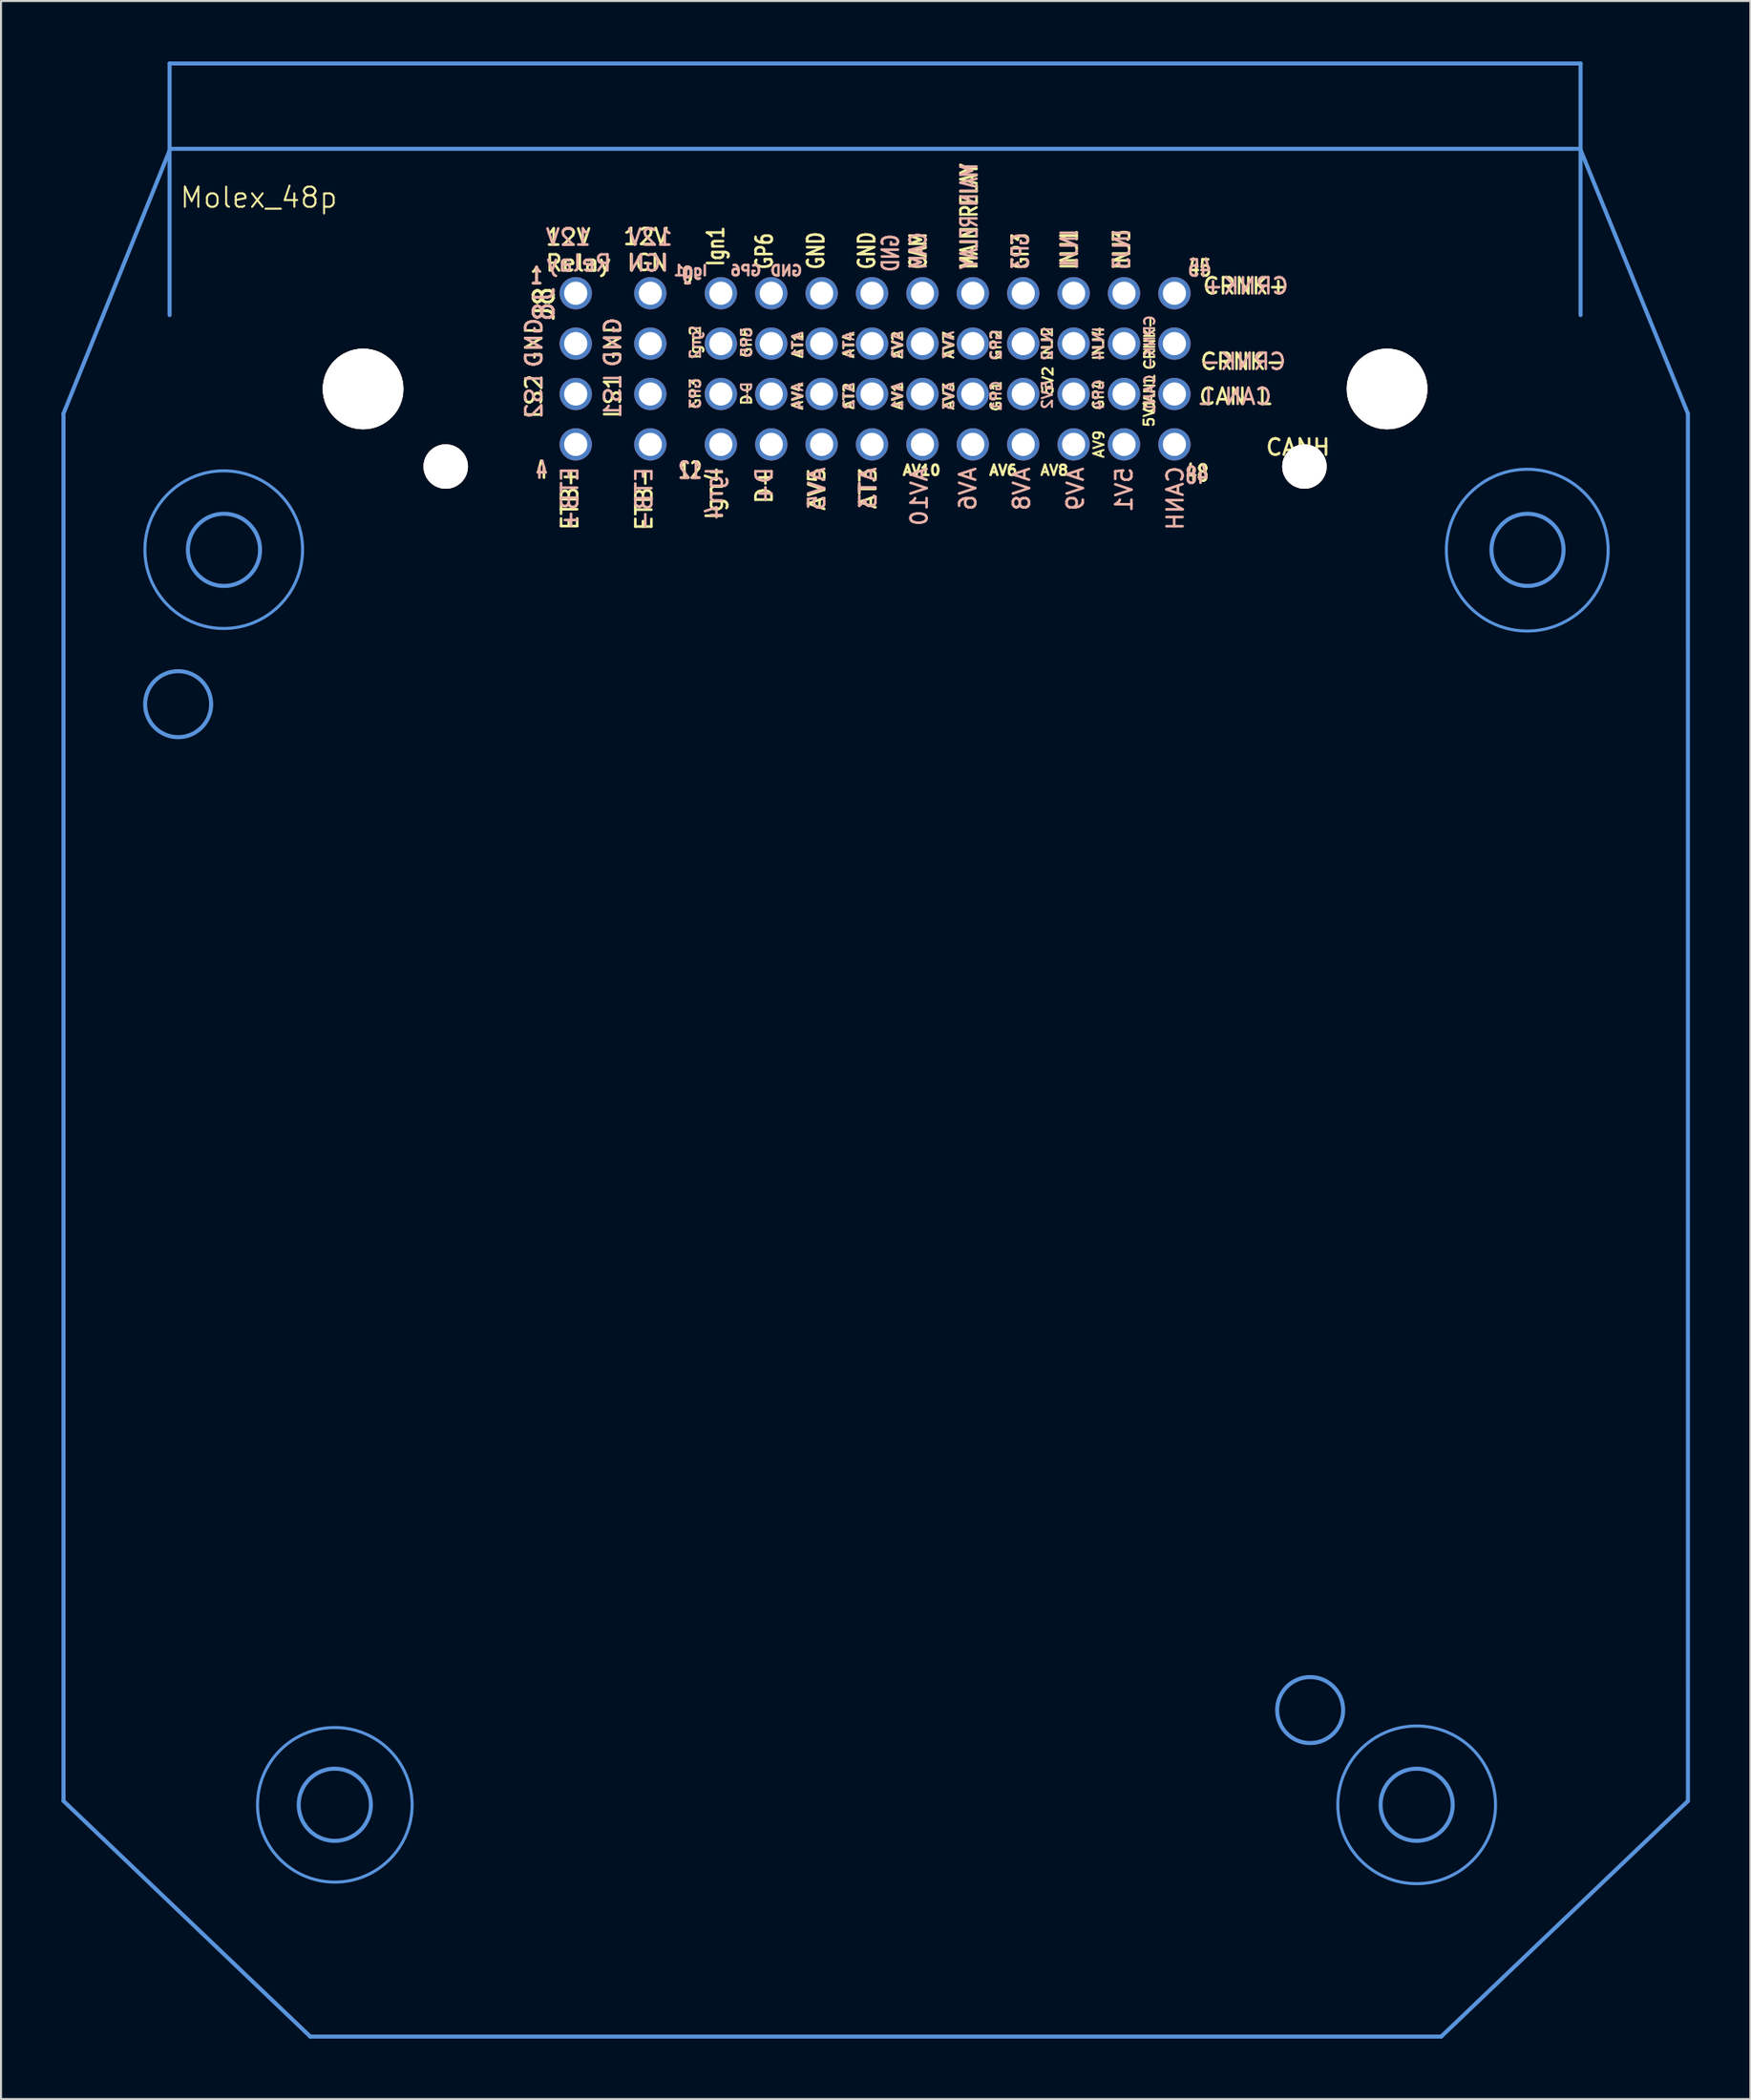
<source format=kicad_pcb>
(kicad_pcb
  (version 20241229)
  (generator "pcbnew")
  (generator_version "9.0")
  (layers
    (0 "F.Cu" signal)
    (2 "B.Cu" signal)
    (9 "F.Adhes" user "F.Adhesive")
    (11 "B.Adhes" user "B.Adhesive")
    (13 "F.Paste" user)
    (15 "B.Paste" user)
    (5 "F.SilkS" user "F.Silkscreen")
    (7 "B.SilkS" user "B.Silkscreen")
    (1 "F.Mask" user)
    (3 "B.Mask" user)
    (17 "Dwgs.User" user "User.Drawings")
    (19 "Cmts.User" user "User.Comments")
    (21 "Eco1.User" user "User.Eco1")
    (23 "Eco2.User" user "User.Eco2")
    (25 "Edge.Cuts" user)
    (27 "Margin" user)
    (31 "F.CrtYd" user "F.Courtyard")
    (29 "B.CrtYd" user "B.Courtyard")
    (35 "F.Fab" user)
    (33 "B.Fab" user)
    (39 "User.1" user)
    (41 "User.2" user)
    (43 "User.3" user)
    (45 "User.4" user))
  (footprint "Molex_48p"
    (layer "F.Cu")
    (at 43.289 50.753)
    (property "Reference" "Molex_48p" (at -33.5 -44 0) (unlocked yes) (layer "F.SilkS") (effects (font (size 1 1) (thickness 0.1))))
    (attr smd)
    (fp_line (start -43.189 -33.282) (end -43.187 35.56) (stroke (width 0.2) (type solid)) (layer "Cmts.User"))
    (fp_line (start -43.189 -33.282) (end -37.893 -46.421) (stroke (width 0.2) (type solid)) (layer "Cmts.User"))
    (fp_line (start -37.926 -50.653) (end -37.926 -38.17) (stroke (width 0.2) (type solid)) (layer "Cmts.User"))
    (fp_line (start -37.893 -46.421) (end 32.052 -46.421) (stroke (width 0.2) (type solid)) (layer "Cmts.User"))
    (fp_line (start -30.944 47.251) (end -43.187 35.56) (stroke (width 0.2) (type solid)) (layer "Cmts.User"))
    (fp_line (start -30.944 47.251) (end 25.158 47.251) (stroke (width 0.2) (type solid)) (layer "Cmts.User"))
    (fp_line (start 32.052 -46.421) (end 37.399 -33.282) (stroke (width 0.2) (type solid)) (layer "Cmts.User"))
    (fp_line (start 32.074 -50.653) (end -37.926 -50.653) (stroke (width 0.2) (type solid)) (layer "Cmts.User"))
    (fp_line (start 32.074 -50.653) (end 32.074 -38.17) (stroke (width 0.2) (type solid)) (layer "Cmts.User"))
    (fp_line (start 37.399 -33.282) (end 37.401 35.56) (stroke (width 0.2) (type solid)) (layer "Cmts.User"))
    (fp_line (start 37.401 35.56) (end 25.158 47.251) (stroke (width 0.2) (type solid)) (layer "Cmts.User"))
    (fp_circle (center -37.501 -18.862) (end -35.863 -18.862) (stroke (width 0.2) (type solid)) (fill no) (layer "Cmts.User"))
    (fp_circle (center -35.239 -26.53) (end -31.328 -26.53) (stroke (width 0.15) (type solid)) (fill no) (layer "Cmts.User"))
    (fp_circle (center -35.228 -26.52) (end -33.437 -26.52) (stroke (width 0.2) (type solid)) (fill no) (layer "Cmts.User"))
    (fp_circle (center -29.729 35.748) (end -27.938 35.748) (stroke (width 0.2) (type solid)) (fill no) (layer "Cmts.User"))
    (fp_circle (center -29.728 35.751) (end -33.563 35.751) (stroke (width 0.15) (type solid)) (fill no) (layer "Cmts.User"))
    (fp_circle (center 18.659 31.049) (end 20.297 31.049) (stroke (width 0.2) (type solid)) (fill no) (layer "Cmts.User"))
    (fp_circle (center 23.942 35.748) (end 25.732 35.748) (stroke (width 0.2) (type solid)) (fill no) (layer "Cmts.User"))
    (fp_circle (center 23.943 35.751) (end 20.031 35.751) (stroke (width 0.15) (type solid)) (fill no) (layer "Cmts.User"))
    (fp_circle (center 29.429 -26.505) (end 33.442 -26.505) (stroke (width 0.15) (type solid)) (fill no) (layer "Cmts.User"))
    (fp_circle (center 29.441 -26.52) (end 31.231 -26.52) (stroke (width 0.2) (type solid)) (fill no) (layer "Cmts.User"))
    (fp_text user "GP2" (at 3.076 -36.69 90) (layer "F.SilkS") (effects (font (size 0.508 0.508) (thickness 0.102))))
    (fp_text user "AV9" (at 8.176 -32.506 90) (layer "F.SilkS") (effects (font (size 0.508 0.508) (thickness 0.1)) (justify right)))
    (fp_text user "CRNK-" (at 15.332 -35.864 0) (layer "F.SilkS") (effects (font (size 0.8 0.8) (thickness 0.13))))
    (fp_text user "CAM" (at -0.782 -40.368 90) (layer "F.SilkS") (effects (font (size 0.8 0.6) (thickness 0.13)) (justify left)))
    (fp_text user "AV8" (at 5.211 -30.467 0) (layer "F.SilkS") (effects (font (size 0.508 0.508) (thickness 0.114)) (justify left)))
    (fp_text user "GP4" (at 8.156 -34.214 90) (layer "F.SilkS") (effects (font (size 0.508 0.508) (thickness 0.102))))
    (fp_text user "CRNK+" (at 15.459 -39.611 0) (layer "F.SilkS") (effects (font (size 0.8 0.8) (thickness 0.13))))
    (fp_text user "GND" (at -19.847 -36.795 90) (layer "F.SilkS") (effects (font (size 0.8 0.8) (thickness 0.13))))
    (fp_text user "AV1" (at -1.813 -34.15 90) (layer "F.SilkS") (effects (font (size 0.508 0.508) (thickness 0.102))))
    (fp_text user "AT3" (at -3.273 -30.697 90) (layer "F.SilkS") (effects (font (size 0.8 0.8) (thickness 0.13)) (justify right)))
    (fp_text user "ETB+" (at -18.069 -29.07 90) (layer "F.SilkS") (effects (font (size 0.8 0.8) (thickness 0.13))))
    (fp_text user "AT2" (at -4.226 -34.15 90) (layer "F.SilkS") (effects (font (size 0.508 0.508) (thickness 0.102))))
    (fp_text user "GND" (at -5.862 -40.368 90) (layer "F.SilkS") (effects (font (size 0.8 0.6) (thickness 0.13)) (justify left)))
    (fp_text user "AT1" (at -6.766 -36.69 90) (layer "F.SilkS") (effects (font (size 0.508 0.508) (thickness 0.102))))
    (fp_text user "CRNK-" (at 10.697 -36.804 90) (layer "F.SilkS") (effects (font (size 0.508 0.508) (thickness 0.102))))
    (fp_text user "12V\nRelay" (at -19.339 -41.389 0) (layer "F.SilkS") (effects (font (size 0.8 0.8) (thickness 0.13)) (justify left)))
    (fp_text user "12" (at -12.1 -30.467 0) (layer "F.SilkS") (effects (font (size 0.8 0.6) (thickness 0.13))))
    (fp_text user "5V1" (at 10.669 -32.558 90) (layer "F.SilkS") (effects (font (size 0.508 0.508) (thickness 0.1)) (justify left)))
    (fp_text user "J8" (at -19.35 -38.721 90) (layer "F.SilkS") (effects (font (size 1 1) (thickness 0.15))))
    (fp_text user "45" (at 13.173 -40.5 0) (layer "F.SilkS") (effects (font (size 0.8 0.6) (thickness 0.13))))
    (fp_text user "GP3" (at -11.846 -34.277 90) (layer "F.SilkS") (effects (font (size 0.508 0.508) (thickness 0.102))))
    (fp_text user "4" (at -19.466 -30.467 0) (layer "F.SilkS") (effects (font (size 0.8 0.6) (thickness 0.13))))
    (fp_text user "GP6" (at -8.417 -40.368 90) (layer "F.SilkS") (effects (font (size 0.8 0.6) (thickness 0.13)) (justify left)))
    (fp_text user "GP1" (at 3.076 -34.15 90) (layer "F.SilkS") (effects (font (size 0.508 0.508) (thickness 0.102))))
    (fp_text user "AT4" (at -4.226 -36.69 90) (layer "F.SilkS") (effects (font (size 0.508 0.508) (thickness 0.102))))
    (fp_text user "Ign1" (at -10.83 -40.525 90) (layer "F.SilkS") (effects (font (size 0.8 0.6) (thickness 0.13)) (justify left)))
    (fp_text user "GP3" (at 4.283 -40.368 90) (layer "F.SilkS") (effects (font (size 0.8 0.6) (thickness 0.13)) (justify left)))
    (fp_text user "5V2" (at 5.65 -34.921 90) (layer "F.SilkS") (effects (font (size 0.508 0.508) (thickness 0.102))))
    (fp_text user "LS2" (at -19.847 -34.128 90) (layer "F.SilkS") (effects (font (size 0.8 0.8) (thickness 0.13))))
    (fp_text user "CANL" (at 10.697 -34.264 90) (layer "F.SilkS") (effects (font (size 0.508 0.508) (thickness 0.102))))
    (fp_text user "GND" (at -15.935 -36.817 90) (layer "F.SilkS") (effects (font (size 0.8 0.8) (thickness 0.127))))
    (fp_text user "CANH" (at 16.387 -31.61 0) (layer "F.SilkS") (effects (font (size 0.8 0.8) (thickness 0.13)) (justify left)))
    (fp_text user "AV4" (at -6.766 -34.15 90) (layer "F.SilkS") (effects (font (size 0.508 0.508) (thickness 0.102))))
    (fp_text user "9" (at -12.227 -40.119 0) (layer "F.SilkS") (effects (font (size 0.8 0.6) (thickness 0.13))))
    (fp_text user "GND" (at -3.337 -40.368 90) (layer "F.SilkS") (effects (font (size 0.8 0.6) (thickness 0.13)) (justify left)))
    (fp_text user "12V\nIGN" (at -13.116 -41.414 0) (layer "F.SilkS") (effects (font (size 0.8 0.8) (thickness 0.13)) (justify right)))
    (fp_text user "INJ1" (at 6.711 -40.368 90) (layer "F.SilkS") (effects (font (size 0.8 0.6) (thickness 0.13)) (justify left)))
    (fp_text user "Ign2" (at -11.846 -36.817 90) (layer "F.SilkS") (effects (font (size 0.508 0.508) (thickness 0.102))))
    (fp_text user "GP5" (at -9.306 -36.817 90) (layer "F.SilkS") (effects (font (size 0.508 0.508) (thickness 0.102))))
    (fp_text user "MAIN RELAY" (at 1.743 -40.368 90) (layer "F.SilkS") (effects (font (size 0.8 0.6) (thickness 0.13)) (justify left)))
    (fp_text user "AV2" (at -1.813 -36.69 90) (layer "F.SilkS") (effects (font (size 0.508 0.508) (thickness 0.102))))
    (fp_text user "INJ4" (at 8.156 -36.754 90) (layer "F.SilkS") (effects (font (size 0.508 0.508) (thickness 0.102))))
    (fp_text user "INJ2" (at 5.617 -36.754 90) (layer "F.SilkS") (effects (font (size 0.508 0.508) (thickness 0.102))))
    (fp_text user "AV7" (at 0.727 -36.69 90) (layer "F.SilkS") (effects (font (size 0.508 0.508) (thickness 0.102))))
    (fp_text user "ETB-" (at -14.386 -30.697 90) (layer "F.SilkS") (effects (font (size 0.8 0.8) (thickness 0.13)) (justify right)))
    (fp_text user "AV10" (at 0.385 -30.467 0) (layer "F.SilkS") (effects (font (size 0.508 0.508) (thickness 0.127)) (justify right)))
    (fp_text user "AV6" (at 2.671 -30.467 0) (layer "F.SilkS") (effects (font (size 0.508 0.508) (thickness 0.127)) (justify left)))
    (fp_text user "1" (at -19.72 -40.119 0) (layer "F.SilkS") (effects (font (size 0.8 0.6) (thickness 0.13))))
    (fp_text user "LS1" (at -15.935 -34.15 90) (layer "F.SilkS") (effects (font (size 0.8 0.8) (thickness 0.127))))
    (fp_text user "AV5" (at -5.814 -30.697 90) (layer "F.SilkS") (effects (font (size 0.8 0.8) (thickness 0.13)) (justify right)))
    (fp_text user "48" (at 13.046 -30.321 0) (layer "F.SilkS") (effects (font (size 0.8 0.6) (thickness 0.13))))
    (fp_text user "CAN L" (at 14.951 -34.128 0) (layer "F.SilkS") (effects (font (size 0.8 0.8) (thickness 0.13))))
    (fp_text user "Ign4" (at -10.893 -30.697 90) (layer "F.SilkS") (effects (font (size 0.8 0.8) (thickness 0.13)) (justify right)))
    (fp_text user "D-" (at -9.306 -34.277 90) (layer "F.SilkS") (effects (font (size 0.508 0.508) (thickness 0.102))))
    (fp_text user "INJ3" (at 9.311 -40.368 90) (layer "F.SilkS") (effects (font (size 0.8 0.6) (thickness 0.13)) (justify left)))
    (fp_text user "AV3" (at 0.727 -34.15 90) (layer "F.SilkS") (effects (font (size 0.508 0.508) (thickness 0.102))))
    (fp_text user "D+" (at -8.425 -30.697 90) (layer "F.SilkS") (effects (font (size 0.8 0.8) (thickness 0.13)) (justify right)))
    (fp_text user "LS1" (at -15.935 -34.15 90) (layer "B.SilkS") (effects (font (size 0.8 0.8) (thickness 0.127)) (justify mirror)))
    (fp_text user "AV1" (at -1.813 -34.15 90) (layer "B.SilkS") (effects (font (size 0.508 0.508) (thickness 0.102)) (justify mirror)))
    (fp_text user "AV7" (at 0.727 -36.69 90) (layer "B.SilkS") (effects (font (size 0.508 0.508) (thickness 0.102)) (justify mirror)))
    (fp_text user "AV9" (at 7.013 -30.697 90) (layer "B.SilkS") (effects (font (size 0.8 0.8) (thickness 0.13)) (justify left mirror)))
    (fp_text user "AV2" (at -1.813 -36.69 90) (layer "B.SilkS") (effects (font (size 0.508 0.508) (thickness 0.102)) (justify mirror)))
    (fp_text user "ETB+" (at -18.069 -29.07 90) (layer "B.SilkS") (effects (font (size 0.8 0.8) (thickness 0.13)) (justify mirror)))
    (fp_text user "D-" (at -9.306 -34.277 90) (layer "B.SilkS") (effects (font (size 0.508 0.508) (thickness 0.102)) (justify mirror)))
    (fp_text user "CRNK+" (at 15.459 -39.611 0) (layer "B.SilkS") (effects (font (size 0.8 0.8) (thickness 0.13)) (justify mirror)))
    (fp_text user "AT4" (at -4.226 -36.69 90) (layer "B.SilkS") (effects (font (size 0.508 0.508) (thickness 0.102)) (justify mirror)))
    (fp_text user "Ign4" (at -10.893 -30.697 90) (layer "B.SilkS") (effects (font (size 0.8 0.8) (thickness 0.13)) (justify left mirror)))
    (fp_text user "Ign2" (at -11.846 -36.817 90) (layer "B.SilkS") (effects (font (size 0.508 0.508) (thickness 0.102)) (justify mirror)))
    (fp_text user "45" (at 13.173 -40.5 0) (layer "B.SilkS") (effects (font (size 0.8 0.6) (thickness 0.13)) (justify mirror)))
    (fp_text user "CANH" (at 11.966 -30.748 90) (layer "B.SilkS") (effects (font (size 0.8 0.8) (thickness 0.13)) (justify left mirror)))
    (fp_text user "AT1" (at -6.766 -36.69 90) (layer "B.SilkS") (effects (font (size 0.508 0.508) (thickness 0.102)) (justify mirror)))
    (fp_text user "INJ4" (at 8.156 -36.754 90) (layer "B.SilkS") (effects (font (size 0.508 0.508) (thickness 0.102)) (justify mirror)))
    (fp_text user "GP3" (at -11.846 -34.277 90) (layer "B.SilkS") (effects (font (size 0.508 0.508) (thickness 0.102)) (justify mirror)))
    (fp_text user "5V2" (at 5.617 -34.214 90) (layer "B.SilkS") (effects (font (size 0.508 0.508) (thickness 0.102)) (justify mirror)))
    (fp_text user "AT2" (at -4.226 -34.15 90) (layer "B.SilkS") (effects (font (size 0.508 0.508) (thickness 0.102)) (justify mirror)))
    (fp_text user "INJ3" (at 9.311 -40.368 90) (layer "B.SilkS") (effects (font (size 0.8 0.6) (thickness 0.13)) (justify right mirror)))
    (fp_text user "GP5" (at -9.306 -36.817 90) (layer "B.SilkS") (effects (font (size 0.508 0.508) (thickness 0.102)) (justify mirror)))
    (fp_text user "AV8" (at 4.346 -30.697 90) (layer "B.SilkS") (effects (font (size 0.8 0.8) (thickness 0.13)) (justify left mirror)))
    (fp_text user "AV10" (at -0.734 -30.697 90) (layer "B.SilkS") (effects (font (size 0.8 0.8) (thickness 0.13)) (justify left mirror)))
    (fp_text user "12V\nIGN" (at -15.275 -41.389 0) (layer "B.SilkS") (effects (font (size 0.8 0.8) (thickness 0.13)) (justify right mirror)))
    (fp_text user "1" (at -19.72 -40.119 0) (layer "B.SilkS") (effects (font (size 0.8 0.6) (thickness 0.13)) (justify mirror)))
    (fp_text user "GND" (at -15.935 -36.817 90) (layer "B.SilkS") (effects (font (size 0.8 0.8) (thickness 0.127)) (justify mirror)))
    (fp_text user "12" (at -12.1 -30.467 0) (layer "B.SilkS") (effects (font (size 0.8 0.6) (thickness 0.13)) (justify mirror)))
    (fp_text user "GP4" (at 8.156 -34.214 90) (layer "B.SilkS") (effects (font (size 0.508 0.508) (thickness 0.102)) (justify mirror)))
    (fp_text user "GP3" (at 4.283 -40.368 90) (layer "B.SilkS") (effects (font (size 0.8 0.6) (thickness 0.13)) (justify right mirror)))
    (fp_text user "GP1" (at 3.076 -34.15 90) (layer "B.SilkS") (effects (font (size 0.508 0.508) (thickness 0.102)) (justify mirror)))
    (fp_text user "4" (at -19.466 -30.467 0) (layer "B.SilkS") (effects (font (size 0.8 0.6) (thickness 0.13)) (justify mirror)))
    (fp_text user "MAIN RELAY" (at 1.743 -40.368 90) (layer "B.SilkS") (effects (font (size 0.8 0.6) (thickness 0.13)) (justify right mirror)))
    (fp_text user "LS2" (at -19.847 -34.128 90) (layer "B.SilkS") (effects (font (size 0.8 0.8) (thickness 0.13)) (justify mirror)))
    (fp_text user "GND" (at -19.847 -36.795 90) (layer "B.SilkS") (effects (font (size 0.8 0.8) (thickness 0.13)) (justify mirror)))
    (fp_text user "AV4" (at -6.766 -34.15 90) (layer "B.SilkS") (effects (font (size 0.508 0.508) (thickness 0.102)) (justify mirror)))
    (fp_text user "12V\nRelay" (at -19.339 -41.389 0) (layer "B.SilkS") (effects (font (size 0.8 0.8) (thickness 0.13)) (justify right mirror)))
    (fp_text user "ETB-" (at -14.386 -30.697 90) (layer "B.SilkS") (effects (font (size 0.8 0.8) (thickness 0.13)) (justify left mirror)))
    (fp_text user "AV3" (at 0.727 -34.15 90) (layer "B.SilkS") (effects (font (size 0.508 0.508) (thickness 0.102)) (justify mirror)))
    (fp_text user "CANL" (at 10.697 -34.264 90) (layer "B.SilkS") (effects (font (size 0.508 0.508) (thickness 0.102)) (justify mirror)))
    (fp_text user "J8" (at -19.35 -38.721 90) (layer "B.SilkS") (effects (font (size 1 1) (thickness 0.15)) (justify mirror)))
    (fp_text user "GP2" (at 3.076 -36.69 90) (layer "B.SilkS") (effects (font (size 0.508 0.508) (thickness 0.102)) (justify mirror)))
    (fp_text user "CAN L" (at 14.951 -34.128 0) (layer "B.SilkS") (effects (font (size 0.8 0.8) (thickness 0.13)) (justify mirror)))
    (fp_text user "CRNK-" (at 10.697 -36.804 90) (layer "B.SilkS") (effects (font (size 0.508 0.508) (thickness 0.102)) (justify mirror)))
    (fp_text user "Ign1" (at -11.172 -40.373 0) (layer "B.SilkS") (effects (font (size 0.508 0.508) (thickness 0.127)) (justify left mirror)))
    (fp_text user "CAM" (at -0.782 -40.368 90) (layer "B.SilkS") (effects (font (size 0.8 0.6) (thickness 0.13)) (justify right mirror)))
    (fp_text user "INJ1" (at 6.711 -40.368 90) (layer "B.SilkS") (effects (font (size 0.8 0.6) (thickness 0.13)) (justify right mirror)))
    (fp_text user "AT3" (at -3.273 -30.697 90) (layer "B.SilkS") (effects (font (size 0.8 0.8) (thickness 0.13)) (justify left mirror)))
    (fp_text user "AV5" (at -5.814 -30.697 90) (layer "B.SilkS") (effects (font (size 0.8 0.8) (thickness 0.13)) (justify left mirror)))
    (fp_text user "AV6" (at 1.679 -30.697 90) (layer "B.SilkS") (effects (font (size 0.8 0.8) (thickness 0.13)) (justify left mirror)))
    (fp_text user "GND" (at -2.155 -40.246 90) (layer "B.SilkS") (effects (font (size 0.8 0.6) (thickness 0.13)) (justify right mirror)))
    (fp_text user "D+" (at -8.425 -30.697 90) (layer "B.SilkS") (effects (font (size 0.8 0.8) (thickness 0.13)) (justify left mirror)))
    (fp_text user "CRNK-" (at 15.332 -35.864 0) (layer "B.SilkS") (effects (font (size 0.8 0.8) (thickness 0.13)) (justify mirror)))
    (fp_text user "GP6" (at -8.505 -40.373 0) (layer "B.SilkS") (effects (font (size 0.508 0.508) (thickness 0.127)) (justify left mirror)))
    (fp_text user "GND" (at -6.473 -40.368 0) (layer "B.SilkS") (effects (font (size 0.508 0.508) (thickness 0.127)) (justify left mirror)))
    (fp_text user "9" (at -12.227 -40.119 0) (layer "B.SilkS") (effects (font (size 0.8 0.6) (thickness 0.13)) (justify mirror)))
    (fp_text user "48" (at 13.046 -30.213 0) (layer "B.SilkS") (effects (font (size 0.8 0.6) (thickness 0.13)) (justify mirror)))
    (fp_text user "5V1" (at 9.427 -30.697 90) (layer "B.SilkS") (effects (font (size 0.8 0.8) (thickness 0.13)) (justify left mirror)))
    (fp_text user "INJ2" (at 5.617 -36.754 90) (layer "B.SilkS") (effects (font (size 0.508 0.508) (thickness 0.102)) (justify mirror)))
    (pad "" thru_hole circle (at -28.326 -34.503 270) (size 4 4) (drill 4) (layers "*.Cu" "*.Mask" "F.SilkS"))
    (pad "" thru_hole circle (at -24.226 -30.653 270) (size 2.2 2.2) (drill 2.2) (layers "*.Cu" "*.Mask" "F.SilkS"))
    (pad "" thru_hole circle (at 18.374 -30.653 270) (size 2.2 2.2) (drill 2.2) (layers "*.Cu" "*.Mask" "F.SilkS"))
    (pad "" thru_hole circle (at 22.474 -34.503 270) (size 4 4) (drill 4) (layers "*.Cu" "*.Mask" "F.SilkS"))
    (pad "1" thru_hole circle (at -17.776 -39.253 270) (size 1.6 1.6) (drill 1.15) (layers "*.Cu" "*.Mask"))
    (pad "2" thru_hole circle (at -17.776 -36.753 270) (size 1.6 1.6) (drill 1.15) (layers "*.Cu" "*.Mask"))
    (pad "3" thru_hole circle (at -17.776 -34.253 270) (size 1.6 1.6) (drill 1.15) (layers "*.Cu" "*.Mask"))
    (pad "4" thru_hole circle (at -17.776 -31.753 270) (size 1.6 1.6) (drill 1.15) (layers "*.Cu" "*.Mask"))
    (pad "5" thru_hole circle (at -14.076 -39.253 270) (size 1.6 1.6) (drill 1.15) (layers "*.Cu" "*.Mask"))
    (pad "6" thru_hole circle (at -14.076 -36.753 270) (size 1.6 1.6) (drill 1.15) (layers "*.Cu" "*.Mask"))
    (pad "7" thru_hole circle (at -14.076 -34.253 270) (size 1.6 1.6) (drill 1.15) (layers "*.Cu" "*.Mask"))
    (pad "8" thru_hole circle (at -14.076 -31.753 270) (size 1.6 1.6) (drill 1.15) (layers "*.Cu" "*.Mask"))
    (pad "9" thru_hole circle (at -10.576 -39.253 270) (size 1.6 1.6) (drill 1.15) (layers "*.Cu" "*.Mask"))
    (pad "10" thru_hole circle (at -10.576 -36.753 270) (size 1.6 1.6) (drill 1.15) (layers "*.Cu" "*.Mask"))
    (pad "11" thru_hole circle (at -10.576 -34.253 270) (size 1.6 1.6) (drill 1.15) (layers "*.Cu" "*.Mask"))
    (pad "12" thru_hole circle (at -10.576 -31.753 270) (size 1.6 1.6) (drill 1.15) (layers "*.Cu" "*.Mask"))
    (pad "13" thru_hole circle (at -8.076 -39.253 270) (size 1.6 1.6) (drill 1.15) (layers "*.Cu" "*.Mask"))
    (pad "14" thru_hole circle (at -8.076 -36.753 270) (size 1.6 1.6) (drill 1.15) (layers "*.Cu" "*.Mask"))
    (pad "15" thru_hole circle (at -8.076 -34.253 270) (size 1.6 1.6) (drill 1.15) (layers "*.Cu" "*.Mask"))
    (pad "16" thru_hole circle (at -8.076 -31.753 270) (size 1.6 1.6) (drill 1.15) (layers "*.Cu" "*.Mask"))
    (pad "17" thru_hole circle (at -5.576 -39.253 270) (size 1.6 1.6) (drill 1.15) (layers "*.Cu" "*.Mask"))
    (pad "18" thru_hole circle (at -5.576 -36.753 270) (size 1.6 1.6) (drill 1.15) (layers "*.Cu" "*.Mask"))
    (pad "19" thru_hole circle (at -5.576 -34.253 270) (size 1.6 1.6) (drill 1.15) (layers "*.Cu" "*.Mask"))
    (pad "20" thru_hole circle (at -5.576 -31.753 270) (size 1.6 1.6) (drill 1.15) (layers "*.Cu" "*.Mask"))
    (pad "21" thru_hole circle (at -3.076 -39.253 270) (size 1.6 1.6) (drill 1.15) (layers "*.Cu" "*.Mask"))
    (pad "22" thru_hole circle (at -3.076 -36.753 270) (size 1.6 1.6) (drill 1.15) (layers "*.Cu" "*.Mask"))
    (pad "23" thru_hole circle (at -3.076 -34.253 270) (size 1.6 1.6) (drill 1.15) (layers "*.Cu" "*.Mask"))
    (pad "24" thru_hole circle (at -3.076 -31.753 270) (size 1.6 1.6) (drill 1.15) (layers "*.Cu" "*.Mask"))
    (pad "25" thru_hole circle (at -0.576 -39.253 270) (size 1.6 1.6) (drill 1.15) (layers "*.Cu" "*.Mask"))
    (pad "26" thru_hole circle (at -0.576 -36.753 270) (size 1.6 1.6) (drill 1.15) (layers "*.Cu" "*.Mask"))
    (pad "27" thru_hole circle (at -0.576 -34.253 270) (size 1.6 1.6) (drill 1.15) (layers "*.Cu" "*.Mask"))
    (pad "28" thru_hole circle (at -0.576 -31.753 270) (size 1.6 1.6) (drill 1.15) (layers "*.Cu" "*.Mask"))
    (pad "29" thru_hole circle (at 1.924 -39.253 270) (size 1.6 1.6) (drill 1.15) (layers "*.Cu" "*.Mask"))
    (pad "30" thru_hole circle (at 1.924 -36.753 270) (size 1.6 1.6) (drill 1.15) (layers "*.Cu" "*.Mask"))
    (pad "31" thru_hole circle (at 1.924 -34.253 270) (size 1.6 1.6) (drill 1.15) (layers "*.Cu" "*.Mask"))
    (pad "32" thru_hole circle (at 1.924 -31.753 270) (size 1.6 1.6) (drill 1.15) (layers "*.Cu" "*.Mask"))
    (pad "33" thru_hole circle (at 4.424 -39.253 270) (size 1.6 1.6) (drill 1.15) (layers "*.Cu" "*.Mask"))
    (pad "34" thru_hole circle (at 4.424 -36.753 270) (size 1.6 1.6) (drill 1.15) (layers "*.Cu" "*.Mask"))
    (pad "35" thru_hole circle (at 4.424 -34.253 270) (size 1.6 1.6) (drill 1.15) (layers "*.Cu" "*.Mask"))
    (pad "36" thru_hole circle (at 4.424 -31.753 270) (size 1.6 1.6) (drill 1.15) (layers "*.Cu" "*.Mask"))
    (pad "37" thru_hole circle (at 6.924 -39.253 270) (size 1.6 1.6) (drill 1.15) (layers "*.Cu" "*.Mask"))
    (pad "38" thru_hole circle (at 6.924 -36.753 270) (size 1.6 1.6) (drill 1.15) (layers "*.Cu" "*.Mask"))
    (pad "39" thru_hole circle (at 6.924 -34.253 270) (size 1.6 1.6) (drill 1.15) (layers "*.Cu" "*.Mask"))
    (pad "40" thru_hole circle (at 6.924 -31.753 270) (size 1.6 1.6) (drill 1.15) (layers "*.Cu" "*.Mask"))
    (pad "41" thru_hole circle (at 9.424 -39.253 270) (size 1.6 1.6) (drill 1.15) (layers "*.Cu" "*.Mask"))
    (pad "42" thru_hole circle (at 9.424 -36.753 270) (size 1.6 1.6) (drill 1.15) (layers "*.Cu" "*.Mask"))
    (pad "43" thru_hole circle (at 9.424 -34.253 270) (size 1.6 1.6) (drill 1.15) (layers "*.Cu" "*.Mask"))
    (pad "44" thru_hole circle (at 9.424 -31.753 270) (size 1.6 1.6) (drill 1.15) (layers "*.Cu" "*.Mask"))
    (pad "45" thru_hole circle (at 11.924 -39.253 270) (size 1.6 1.6) (drill 1.15) (layers "*.Cu" "*.Mask"))
    (pad "46" thru_hole circle (at 11.924 -36.753 270) (size 1.6 1.6) (drill 1.15) (layers "*.Cu" "*.Mask"))
    (pad "47" thru_hole circle (at 11.924 -34.253 270) (size 1.6 1.6) (drill 1.15) (layers "*.Cu" "*.Mask"))
    (pad "48" thru_hole circle (at 11.924 -31.753 270) (size 1.6 1.6) (drill 1.15) (layers "*.Cu" "*.Mask")))
  (gr_rect
    (start -3 -3)
    (end 83.79 101.104)
    (stroke (width 0.1) (type default))
    (fill no)
    (layer "Edge.Cuts")))
</source>
